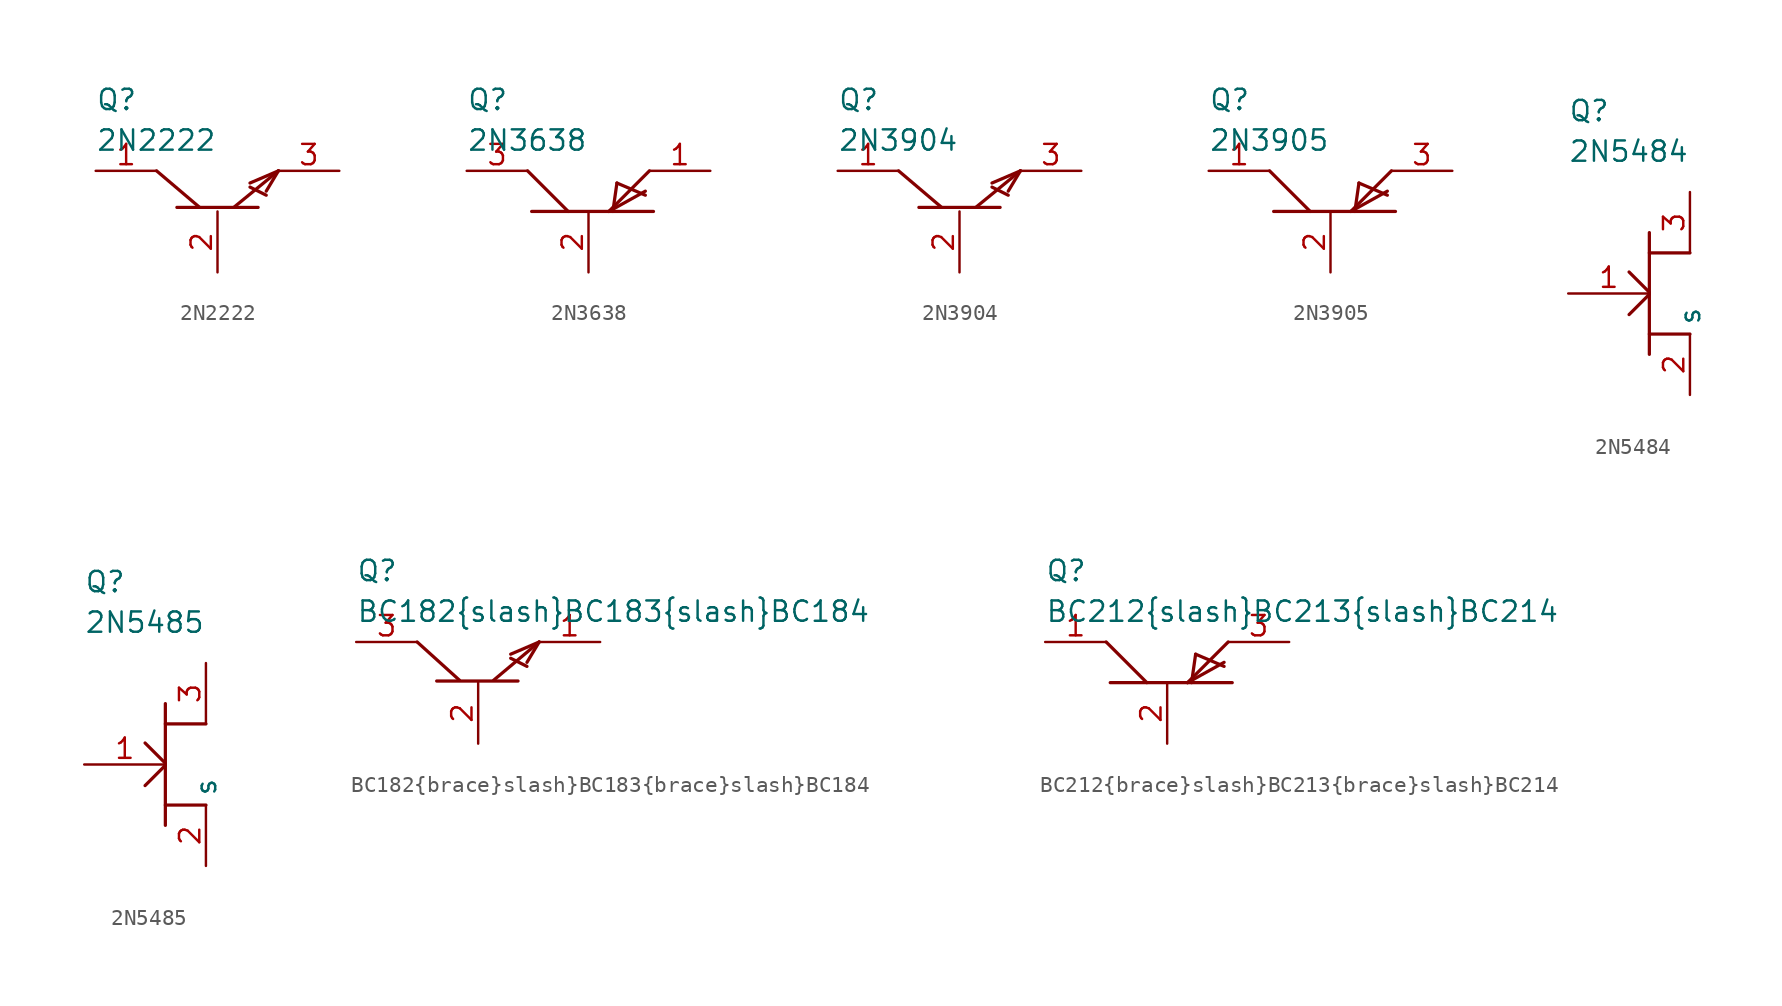
<source format=kicad_sym>
(kicad_symbol_lib
  (version 20211014)
  (generator kicad_symbol_editor)
  (symbol "2N2222"
    (property "Reference" "Q"
      (at -7.62 8.255 0)
      (effects (font (size 1.27 1.27)) (justify left)))
    (property "Value" "2N2222"
      (at -7.62 5.715 0)
      (effects (font (size 1.27 1.27)) (justify left)))
    (property "ki_locked" ""
      (at 0 0 0)
      (effects (font (size 1.27 1.27))))
    (symbol "2N2222_0_0"
      (polyline (pts (xy -2.54 1.524) (xy 2.54 1.524)) (stroke (width 0.203) (type default) (color 0 0 0 0)) (fill (type none)))
      (polyline (pts (xy -1.118 1.524) (xy -3.81 3.81)) (stroke (width 0.203) (type default) (color 0 0 0 0)) (fill (type none)))
      (polyline (pts (xy 1.016 1.524) (xy 3.81 3.81)) (stroke (width 0.203) (type default) (color 0 0 0 0)) (fill (type none)))
      (polyline (pts (xy 2.032 2.794) (xy 3.048 2.286)) (stroke (width 0.203) (type default) (color 0 0 0 0)) (fill (type none)))
      (polyline (pts (xy 2.032 3.048) (xy 3.81 3.81)) (stroke (width 0.203) (type default) (color 0 0 0 0)) (fill (type none)))
      (polyline (pts (xy 3.048 2.54) (xy 3.81 3.81)) (stroke (width 0.203) (type default) (color 0 0 0 0)) (fill (type none))))
    (symbol "2N2222_1_0"
      (pin unspecified line (at -7.62 3.81 0) (length 3.81) (name "~" (effects (font (size 1.27 1.27)))) (number "1" (effects (font (size 1.27 1.27)))))
      (pin unspecified line (at 0 -2.54 90) (length 3.81) (name "~" (effects (font (size 1.27 1.27)))) (number "2" (effects (font (size 1.27 1.27)))))
      (pin unspecified line (at 7.62 3.81 180) (length 3.81) (name "~" (effects (font (size 1.27 1.27)))) (number "3" (effects (font (size 1.27 1.27)))))))
  (symbol "2N3638"
    (property "Reference" "Q"
      (at -7.62 8.255 0)
      (effects (font (size 1.27 1.27)) (justify left)))
    (property "Value" "2N3638"
      (at -7.62 5.715 0)
      (effects (font (size 1.27 1.27)) (justify left)))
    (property "ki_locked" ""
      (at 0 0 0)
      (effects (font (size 1.27 1.27))))
    (symbol "2N3638_0_0"
      (polyline (pts (xy -3.556 1.27) (xy 4.064 1.27)) (stroke (width 0.203) (type default) (color 0 0 0 0)) (fill (type none)))
      (polyline (pts (xy -1.27 1.27) (xy -3.81 3.81)) (stroke (width 0.203) (type default) (color 0 0 0 0)) (fill (type none)))
      (polyline (pts (xy 1.27 1.27) (xy 3.81 3.81)) (stroke (width 0.203) (type default) (color 0 0 0 0)) (fill (type none)))
      (polyline (pts (xy 1.778 3.048) (xy 1.524 1.27)) (stroke (width 0.203) (type default) (color 0 0 0 0)) (fill (type none)))
      (polyline (pts (xy 1.778 3.048) (xy 3.556 2.286)) (stroke (width 0.203) (type default) (color 0 0 0 0)) (fill (type none)))
      (polyline (pts (xy 3.556 2.54) (xy 1.27 1.27)) (stroke (width 0.203) (type default) (color 0 0 0 0)) (fill (type none))))
    (symbol "2N3638_1_0"
      (pin unspecified line (at 7.62 3.81 180) (length 3.81) (name "~" (effects (font (size 1.27 1.27)))) (number "1" (effects (font (size 1.27 1.27)))))
      (pin unspecified line (at 0 -2.54 90) (length 3.81) (name "~" (effects (font (size 1.27 1.27)))) (number "2" (effects (font (size 1.27 1.27)))))
      (pin unspecified line (at -7.62 3.81 0) (length 3.81) (name "~" (effects (font (size 1.27 1.27)))) (number "3" (effects (font (size 1.27 1.27)))))))
  (symbol "2N3904"
    (property "Reference" "Q"
      (at -7.62 8.255 0)
      (effects (font (size 1.27 1.27)) (justify left)))
    (property "Value" "2N3904"
      (at -7.62 5.715 0)
      (effects (font (size 1.27 1.27)) (justify left)))
    (property "ki_locked" ""
      (at 0 0 0)
      (effects (font (size 1.27 1.27))))
    (symbol "2N3904_0_0"
      (polyline (pts (xy -2.54 1.524) (xy 2.54 1.524)) (stroke (width 0.203) (type default) (color 0 0 0 0)) (fill (type none)))
      (polyline (pts (xy -1.118 1.524) (xy -3.81 3.81)) (stroke (width 0.203) (type default) (color 0 0 0 0)) (fill (type none)))
      (polyline (pts (xy 1.016 1.524) (xy 3.81 3.81)) (stroke (width 0.203) (type default) (color 0 0 0 0)) (fill (type none)))
      (polyline (pts (xy 2.032 2.794) (xy 3.048 2.286)) (stroke (width 0.203) (type default) (color 0 0 0 0)) (fill (type none)))
      (polyline (pts (xy 2.032 3.048) (xy 3.81 3.81)) (stroke (width 0.203) (type default) (color 0 0 0 0)) (fill (type none)))
      (polyline (pts (xy 3.048 2.54) (xy 3.81 3.81)) (stroke (width 0.203) (type default) (color 0 0 0 0)) (fill (type none))))
    (symbol "2N3904_1_0"
      (pin unspecified line (at -7.62 3.81 0) (length 3.81) (name "~" (effects (font (size 1.27 1.27)))) (number "1" (effects (font (size 1.27 1.27)))))
      (pin unspecified line (at 0 -2.54 90) (length 3.81) (name "~" (effects (font (size 1.27 1.27)))) (number "2" (effects (font (size 1.27 1.27)))))
      (pin unspecified line (at 7.62 3.81 180) (length 3.81) (name "~" (effects (font (size 1.27 1.27)))) (number "3" (effects (font (size 1.27 1.27)))))))
  (symbol "2N3905"
    (property "Reference" "Q"
      (at -7.62 8.255 0)
      (effects (font (size 1.27 1.27)) (justify left)))
    (property "Value" "2N3905"
      (at -7.62 5.715 0)
      (effects (font (size 1.27 1.27)) (justify left)))
    (property "ki_locked" ""
      (at 0 0 0)
      (effects (font (size 1.27 1.27))))
    (symbol "2N3905_0_0"
      (polyline (pts (xy -3.556 1.27) (xy 4.064 1.27)) (stroke (width 0.203) (type default) (color 0 0 0 0)) (fill (type none)))
      (polyline (pts (xy -1.27 1.27) (xy -3.81 3.81)) (stroke (width 0.203) (type default) (color 0 0 0 0)) (fill (type none)))
      (polyline (pts (xy 1.27 1.27) (xy 3.81 3.81)) (stroke (width 0.203) (type default) (color 0 0 0 0)) (fill (type none)))
      (polyline (pts (xy 1.778 3.048) (xy 1.524 1.27)) (stroke (width 0.203) (type default) (color 0 0 0 0)) (fill (type none)))
      (polyline (pts (xy 1.778 3.048) (xy 3.556 2.286)) (stroke (width 0.203) (type default) (color 0 0 0 0)) (fill (type none)))
      (polyline (pts (xy 3.556 2.54) (xy 1.27 1.27)) (stroke (width 0.203) (type default) (color 0 0 0 0)) (fill (type none))))
    (symbol "2N3905_1_0"
      (pin unspecified line (at -7.62 3.81 0) (length 3.81) (name "~" (effects (font (size 1.27 1.27)))) (number "1" (effects (font (size 1.27 1.27)))))
      (pin unspecified line (at 0 -2.54 90) (length 3.81) (name "~" (effects (font (size 1.27 1.27)))) (number "2" (effects (font (size 1.27 1.27)))))
      (pin unspecified line (at 7.62 3.81 180) (length 3.81) (name "~" (effects (font (size 1.27 1.27)))) (number "3" (effects (font (size 1.27 1.27)))))))
  (symbol "2N5484"
    (property "Reference" "Q"
      (at -3.81 11.43 0)
      (effects (font (size 1.27 1.27)) (justify left)))
    (property "Value" "2N5484"
      (at -3.81 8.89 0)
      (effects (font (size 1.27 1.27)) (justify left)))
    (property "ki_locked" ""
      (at 0 0 0)
      (effects (font (size 1.27 1.27))))
    (symbol "2N5484_0_0"
      (polyline (pts (xy 0 -1.321) (xy 1.27 -0.051)) (stroke (width 0.203) (type default) (color 0 0 0 0)) (fill (type none)))
      (polyline (pts (xy 0 1.346) (xy 1.27 0.076)) (stroke (width 0.203) (type default) (color 0 0 0 0)) (fill (type none)))
      (polyline (pts (xy 1.27 3.81) (xy 1.27 -3.81)) (stroke (width 0.203) (type default) (color 0 0 0 0)) (fill (type none)))
      (polyline (pts (xy 3.81 -2.54) (xy 1.27 -2.54)) (stroke (width 0.203) (type default) (color 0 0 0 0)) (fill (type none)))
      (polyline (pts (xy 3.81 2.54) (xy 1.27 2.54)) (stroke (width 0.203) (type default) (color 0 0 0 0)) (fill (type none))))
    (symbol "2N5484_1_0"
      (pin unspecified line (at -3.81 0 0) (length 5.08) (name "~" (effects (font (size 1.27 1.27)))) (number "1" (effects (font (size 1.27 1.27)))))
      (pin unspecified line (at 3.81 -6.35 90) (length 3.81) (name "s" (effects (font (size 1.27 1.27)))) (number "2" (effects (font (size 1.27 1.27)))))
      (pin unspecified line (at 3.81 6.35 270) (length 3.81) (name "~" (effects (font (size 1.27 1.27)))) (number "3" (effects (font (size 1.27 1.27)))))))
  (symbol "2N5485"
    (property "Reference" "Q"
      (at -3.81 11.43 0)
      (effects (font (size 1.27 1.27)) (justify left)))
    (property "Value" "2N5485"
      (at -3.81 8.89 0)
      (effects (font (size 1.27 1.27)) (justify left)))
    (property "ki_locked" ""
      (at 0 0 0)
      (effects (font (size 1.27 1.27))))
    (symbol "2N5485_0_0"
      (polyline (pts (xy 0 -1.321) (xy 1.27 -0.051)) (stroke (width 0.203) (type default) (color 0 0 0 0)) (fill (type none)))
      (polyline (pts (xy 0 1.346) (xy 1.27 0.076)) (stroke (width 0.203) (type default) (color 0 0 0 0)) (fill (type none)))
      (polyline (pts (xy 1.27 3.81) (xy 1.27 -3.81)) (stroke (width 0.203) (type default) (color 0 0 0 0)) (fill (type none)))
      (polyline (pts (xy 3.81 -2.54) (xy 1.27 -2.54)) (stroke (width 0.203) (type default) (color 0 0 0 0)) (fill (type none)))
      (polyline (pts (xy 3.81 2.54) (xy 1.27 2.54)) (stroke (width 0.203) (type default) (color 0 0 0 0)) (fill (type none))))
    (symbol "2N5485_1_0"
      (pin unspecified line (at -3.81 0 0) (length 5.08) (name "~" (effects (font (size 1.27 1.27)))) (number "1" (effects (font (size 1.27 1.27)))))
      (pin unspecified line (at 3.81 -6.35 90) (length 3.81) (name "s" (effects (font (size 1.27 1.27)))) (number "2" (effects (font (size 1.27 1.27)))))
      (pin unspecified line (at 3.81 6.35 270) (length 3.81) (name "~" (effects (font (size 1.27 1.27)))) (number "3" (effects (font (size 1.27 1.27)))))))
  (symbol "BC182{brace}slash}BC183{brace}slash}BC184"
    (property "Reference" "Q"
      (at -7.62 8.255 0)
      (effects (font (size 1.27 1.27)) (justify left)))
    (property "Value" "BC182{brace}slash}BC183{brace}slash}BC184"
      (at -7.62 5.715 0)
      (effects (font (size 1.27 1.27)) (justify left)))
    (property "ki_locked" ""
      (at 0 0 0)
      (effects (font (size 1.27 1.27))))
    (symbol "BC182{brace}slash}BC183{brace}slash}BC184_0_0"
      (polyline (pts (xy -2.591 1.372) (xy 2.489 1.372)) (stroke (width 0.203) (type default) (color 0 0 0 0)) (fill (type none)))
      (polyline (pts (xy -1.168 1.422) (xy -3.81 3.81)) (stroke (width 0.203) (type default) (color 0 0 0 0)) (fill (type none)))
      (polyline (pts (xy 0.965 1.422) (xy 3.81 3.81)) (stroke (width 0.203) (type default) (color 0 0 0 0)) (fill (type none)))
      (polyline (pts (xy 2.032 2.794) (xy 3.048 2.286)) (stroke (width 0.203) (type default) (color 0 0 0 0)) (fill (type none)))
      (polyline (pts (xy 2.032 3.048) (xy 3.81 3.81)) (stroke (width 0.203) (type default) (color 0 0 0 0)) (fill (type none)))
      (polyline (pts (xy 3.048 2.54) (xy 3.81 3.81)) (stroke (width 0.203) (type default) (color 0 0 0 0)) (fill (type none))))
    (symbol "BC182{brace}slash}BC183{brace}slash}BC184_1_0"
      (pin unspecified line (at 7.62 3.81 180) (length 3.81) (name "~" (effects (font (size 1.27 1.27)))) (number "1" (effects (font (size 1.27 1.27)))))
      (pin unspecified line (at 0 -2.54 90) (length 3.81) (name "~" (effects (font (size 1.27 1.27)))) (number "2" (effects (font (size 1.27 1.27)))))
      (pin unspecified line (at -7.62 3.81 0) (length 3.81) (name "~" (effects (font (size 1.27 1.27)))) (number "3" (effects (font (size 1.27 1.27)))))))
  (symbol "BC212{brace}slash}BC213{brace}slash}BC214"
    (property "Reference" "Q"
      (at -7.62 8.255 0)
      (effects (font (size 1.27 1.27)) (justify left)))
    (property "Value" "BC212{brace}slash}BC213{brace}slash}BC214"
      (at -7.62 5.715 0)
      (effects (font (size 1.27 1.27)) (justify left)))
    (property "ki_locked" ""
      (at 0 0 0)
      (effects (font (size 1.27 1.27))))
    (symbol "BC212{brace}slash}BC213{brace}slash}BC214_0_0"
      (polyline (pts (xy -3.556 1.27) (xy 4.064 1.27)) (stroke (width 0.203) (type default) (color 0 0 0 0)) (fill (type none)))
      (polyline (pts (xy -1.27 1.27) (xy -3.81 3.81)) (stroke (width 0.203) (type default) (color 0 0 0 0)) (fill (type none)))
      (polyline (pts (xy 1.27 1.27) (xy 3.81 3.81)) (stroke (width 0.203) (type default) (color 0 0 0 0)) (fill (type none)))
      (polyline (pts (xy 1.778 3.048) (xy 1.524 1.27)) (stroke (width 0.203) (type default) (color 0 0 0 0)) (fill (type none)))
      (polyline (pts (xy 1.778 3.048) (xy 3.556 2.286)) (stroke (width 0.203) (type default) (color 0 0 0 0)) (fill (type none)))
      (polyline (pts (xy 3.556 2.54) (xy 1.27 1.27)) (stroke (width 0.203) (type default) (color 0 0 0 0)) (fill (type none))))
    (symbol "BC212{brace}slash}BC213{brace}slash}BC214_1_0"
      (pin unspecified line (at -7.62 3.81 0) (length 3.81) (name "~" (effects (font (size 1.27 1.27)))) (number "1" (effects (font (size 1.27 1.27)))))
      (pin unspecified line (at 0 -2.54 90) (length 3.81) (name "~" (effects (font (size 1.27 1.27)))) (number "2" (effects (font (size 1.27 1.27)))))
      (pin unspecified line (at 7.62 3.81 180) (length 3.81) (name "~" (effects (font (size 1.27 1.27)))) (number "3" (effects (font (size 1.27 1.27))))))))
</source>
